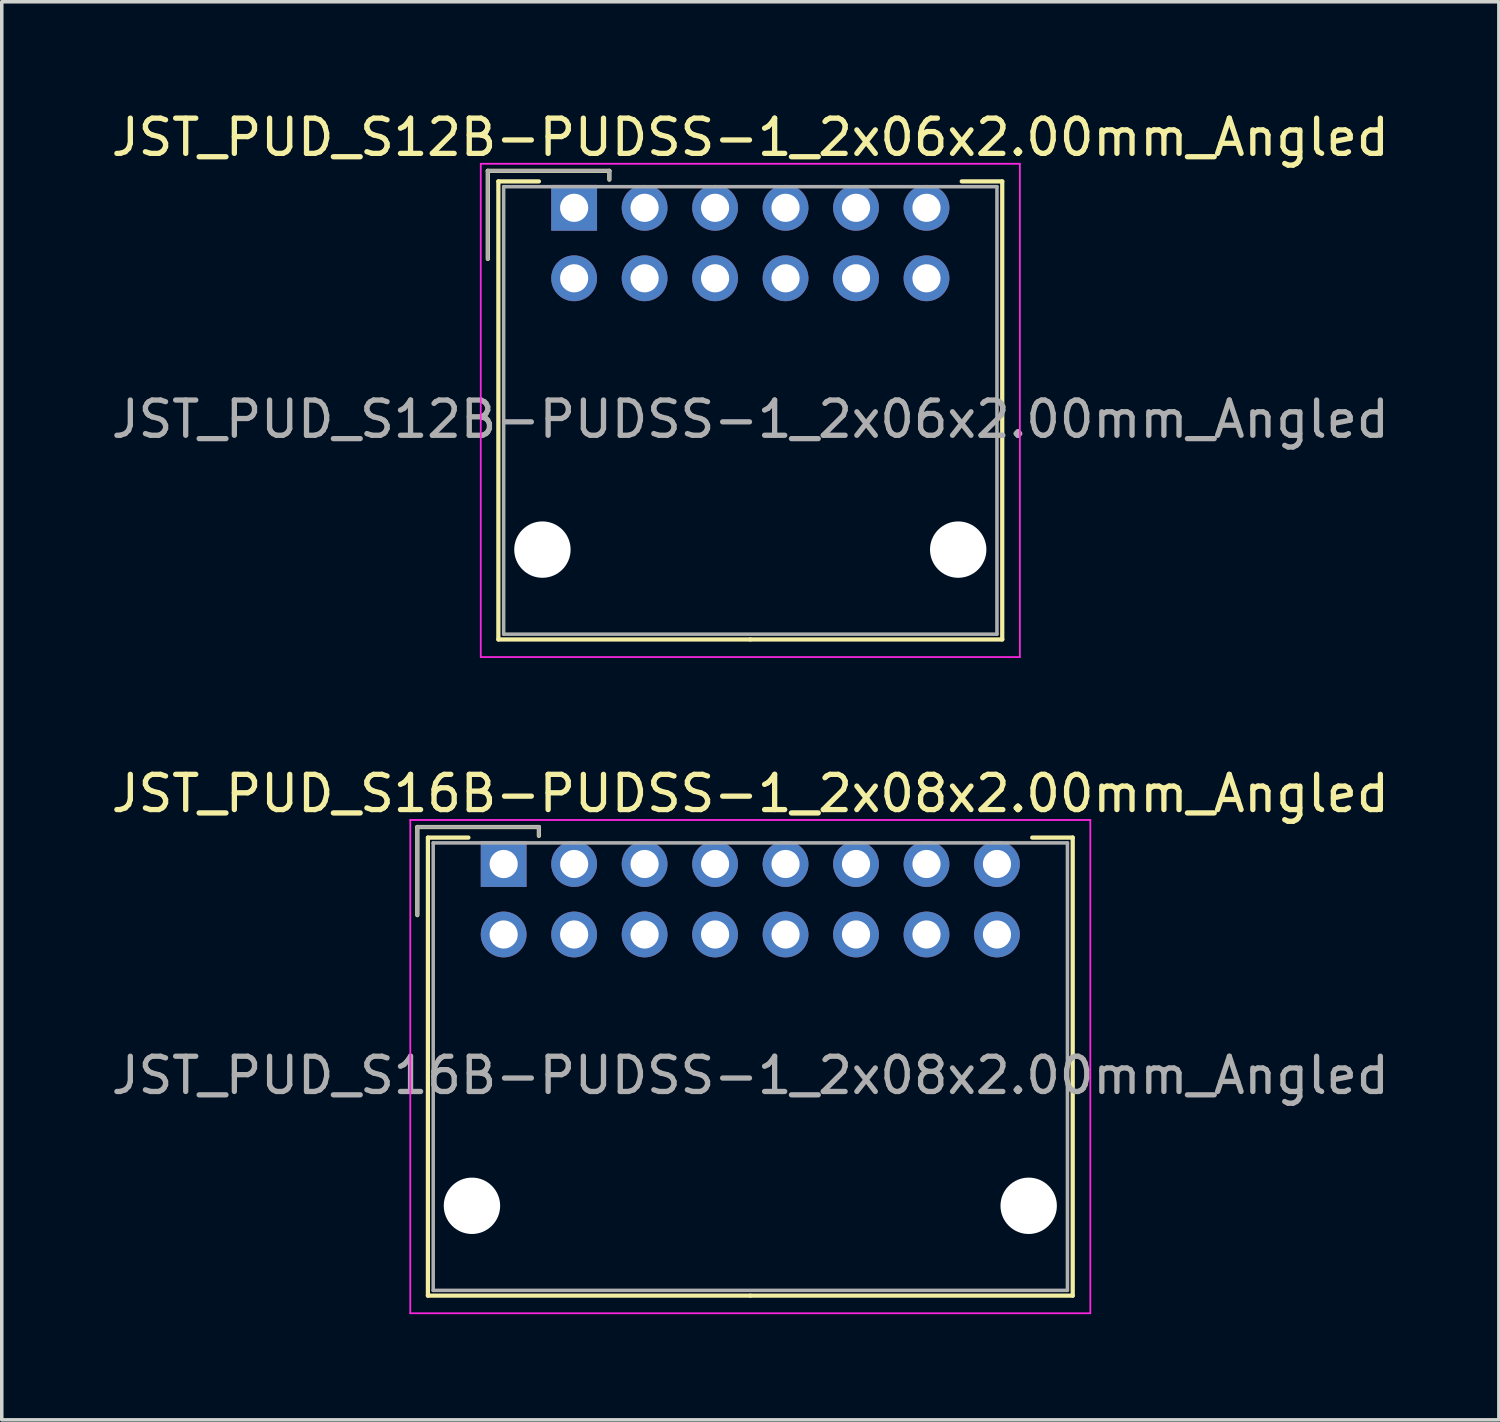
<source format=kicad_pcb>
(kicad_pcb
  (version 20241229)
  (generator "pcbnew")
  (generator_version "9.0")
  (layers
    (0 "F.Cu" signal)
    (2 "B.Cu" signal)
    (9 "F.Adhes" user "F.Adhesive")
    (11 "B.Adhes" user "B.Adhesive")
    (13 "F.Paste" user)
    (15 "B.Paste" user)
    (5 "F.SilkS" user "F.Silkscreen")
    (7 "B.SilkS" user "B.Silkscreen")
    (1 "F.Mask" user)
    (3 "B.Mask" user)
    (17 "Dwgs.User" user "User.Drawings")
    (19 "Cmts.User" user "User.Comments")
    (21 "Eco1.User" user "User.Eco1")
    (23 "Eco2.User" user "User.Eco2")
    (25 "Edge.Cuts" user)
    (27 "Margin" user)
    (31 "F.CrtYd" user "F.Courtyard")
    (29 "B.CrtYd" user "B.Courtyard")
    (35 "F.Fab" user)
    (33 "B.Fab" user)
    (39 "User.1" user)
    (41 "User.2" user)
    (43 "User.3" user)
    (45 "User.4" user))
  (footprint "JST_PUD_S12B-PUDSS-1_2x06x2.00mm_Angled"
    (layer "F.Cu")
    (at 13.244 2.848)
    (property "Reference" "JST_PUD_S12B-PUDSS-1_2x06x2.00mm_Angled" (at 5 -2 0) (layer "F.SilkS") (effects (font (size 1 1) (thickness 0.15))))
    (attr through_hole)
    (fp_line (start -2.45 -1.05) (end -2.45 1.45) (stroke (width 0.12) (type solid)) (layer "F.SilkS"))
    (fp_line (start -2.15 -0.75) (end -2.15 12.25) (stroke (width 0.12) (type solid)) (layer "F.SilkS"))
    (fp_line (start -2.15 12.25) (end 5 12.25) (stroke (width 0.12) (type solid)) (layer "F.SilkS"))
    (fp_line (start -1 -0.75) (end -2.15 -0.75) (stroke (width 0.12) (type solid)) (layer "F.SilkS"))
    (fp_line (start 1 -1.05) (end -2.45 -1.05) (stroke (width 0.12) (type solid)) (layer "F.SilkS"))
    (fp_line (start 1 -0.8) (end 1 -1.05) (stroke (width 0.12) (type solid)) (layer "F.SilkS"))
    (fp_line (start 11 -0.75) (end 12.15 -0.75) (stroke (width 0.12) (type solid)) (layer "F.SilkS"))
    (fp_line (start 12.15 -0.75) (end 12.15 12.25) (stroke (width 0.12) (type solid)) (layer "F.SilkS"))
    (fp_line (start 12.15 12.25) (end 5 12.25) (stroke (width 0.12) (type solid)) (layer "F.SilkS"))
    (fp_line (start -2.65 -1.25) (end -2.65 12.75) (stroke (width 0.05) (type solid)) (layer "F.CrtYd"))
    (fp_line (start -2.65 12.75) (end 12.65 12.75) (stroke (width 0.05) (type solid)) (layer "F.CrtYd"))
    (fp_line (start 12.65 -1.25) (end -2.65 -1.25) (stroke (width 0.05) (type solid)) (layer "F.CrtYd"))
    (fp_line (start 12.65 12.75) (end 12.65 -1.25) (stroke (width 0.05) (type solid)) (layer "F.CrtYd"))
    (fp_line (start -2.45 -1.05) (end -2.45 1.45) (stroke (width 0.1) (type solid)) (layer "F.Fab"))
    (fp_line (start -2 -0.6) (end -2 12.1) (stroke (width 0.1) (type solid)) (layer "F.Fab"))
    (fp_line (start -2 12.1) (end 12 12.1) (stroke (width 0.1) (type solid)) (layer "F.Fab"))
    (fp_line (start 1 -1.05) (end -2.45 -1.05) (stroke (width 0.1) (type solid)) (layer "F.Fab"))
    (fp_line (start 1 -0.8) (end 1 -1.05) (stroke (width 0.1) (type solid)) (layer "F.Fab"))
    (fp_line (start 12 -0.6) (end -2 -0.6) (stroke (width 0.1) (type solid)) (layer "F.Fab"))
    (fp_line (start 12 12.1) (end 12 -0.6) (stroke (width 0.1) (type solid)) (layer "F.Fab"))
    (fp_text user "${REFERENCE}" (at 5 6 0) (layer "F.Fab") (effects (font (size 1 1) (thickness 0.15))))
    (pad "" np_thru_hole circle (at -0.9 9.7) (size 1.6 1.6) (drill 1.6) (layers "*.Cu"))
    (pad "" np_thru_hole circle (at 10.9 9.7) (size 1.6 1.6) (drill 1.6) (layers "*.Cu"))
    (pad "1" thru_hole rect (at 0 0) (size 1.3 1.3) (drill 0.8) (layers "*.Cu" "*.Mask"))
    (pad "2" thru_hole circle (at 0 2) (size 1.3 1.3) (drill 0.8) (layers "*.Cu" "*.Mask"))
    (pad "3" thru_hole circle (at 2 0) (size 1.3 1.3) (drill 0.8) (layers "*.Cu" "*.Mask"))
    (pad "4" thru_hole circle (at 2 2) (size 1.3 1.3) (drill 0.8) (layers "*.Cu" "*.Mask"))
    (pad "5" thru_hole circle (at 4 0) (size 1.3 1.3) (drill 0.8) (layers "*.Cu" "*.Mask"))
    (pad "6" thru_hole circle (at 4 2) (size 1.3 1.3) (drill 0.8) (layers "*.Cu" "*.Mask"))
    (pad "7" thru_hole circle (at 6 0) (size 1.3 1.3) (drill 0.8) (layers "*.Cu" "*.Mask"))
    (pad "8" thru_hole circle (at 6 2) (size 1.3 1.3) (drill 0.8) (layers "*.Cu" "*.Mask"))
    (pad "9" thru_hole circle (at 8 0) (size 1.3 1.3) (drill 0.8) (layers "*.Cu" "*.Mask"))
    (pad "10" thru_hole circle (at 8 2) (size 1.3 1.3) (drill 0.8) (layers "*.Cu" "*.Mask"))
    (pad "11" thru_hole circle (at 10 0) (size 1.3 1.3) (drill 0.8) (layers "*.Cu" "*.Mask"))
    (pad "12" thru_hole circle (at 10 2) (size 1.3 1.3) (drill 0.8) (layers "*.Cu" "*.Mask")))
  (footprint "JST_PUD_S16B-PUDSS-1_2x08x2.00mm_Angled"
    (layer "F.Cu")
    (at 11.244 21.471)
    (property "Reference" "JST_PUD_S16B-PUDSS-1_2x08x2.00mm_Angled" (at 7 -2 0) (layer "F.SilkS") (effects (font (size 1 1) (thickness 0.15))))
    (attr through_hole)
    (fp_line (start -2.45 -1.05) (end -2.45 1.45) (stroke (width 0.12) (type solid)) (layer "F.SilkS"))
    (fp_line (start -2.15 -0.75) (end -2.15 12.25) (stroke (width 0.12) (type solid)) (layer "F.SilkS"))
    (fp_line (start -2.15 12.25) (end 7 12.25) (stroke (width 0.12) (type solid)) (layer "F.SilkS"))
    (fp_line (start -1 -0.75) (end -2.15 -0.75) (stroke (width 0.12) (type solid)) (layer "F.SilkS"))
    (fp_line (start 1 -1.05) (end -2.45 -1.05) (stroke (width 0.12) (type solid)) (layer "F.SilkS"))
    (fp_line (start 1 -0.8) (end 1 -1.05) (stroke (width 0.12) (type solid)) (layer "F.SilkS"))
    (fp_line (start 15 -0.75) (end 16.15 -0.75) (stroke (width 0.12) (type solid)) (layer "F.SilkS"))
    (fp_line (start 16.15 -0.75) (end 16.15 12.25) (stroke (width 0.12) (type solid)) (layer "F.SilkS"))
    (fp_line (start 16.15 12.25) (end 7 12.25) (stroke (width 0.12) (type solid)) (layer "F.SilkS"))
    (fp_line (start -2.65 -1.25) (end -2.65 12.75) (stroke (width 0.05) (type solid)) (layer "F.CrtYd"))
    (fp_line (start -2.65 12.75) (end 16.65 12.75) (stroke (width 0.05) (type solid)) (layer "F.CrtYd"))
    (fp_line (start 16.65 -1.25) (end -2.65 -1.25) (stroke (width 0.05) (type solid)) (layer "F.CrtYd"))
    (fp_line (start 16.65 12.75) (end 16.65 -1.25) (stroke (width 0.05) (type solid)) (layer "F.CrtYd"))
    (fp_line (start -2.45 -1.05) (end -2.45 1.45) (stroke (width 0.1) (type solid)) (layer "F.Fab"))
    (fp_line (start -2 -0.6) (end -2 12.1) (stroke (width 0.1) (type solid)) (layer "F.Fab"))
    (fp_line (start -2 12.1) (end 16 12.1) (stroke (width 0.1) (type solid)) (layer "F.Fab"))
    (fp_line (start 1 -1.05) (end -2.45 -1.05) (stroke (width 0.1) (type solid)) (layer "F.Fab"))
    (fp_line (start 1 -0.8) (end 1 -1.05) (stroke (width 0.1) (type solid)) (layer "F.Fab"))
    (fp_line (start 16 -0.6) (end -2 -0.6) (stroke (width 0.1) (type solid)) (layer "F.Fab"))
    (fp_line (start 16 12.1) (end 16 -0.6) (stroke (width 0.1) (type solid)) (layer "F.Fab"))
    (fp_text user "${REFERENCE}" (at 7 6 0) (layer "F.Fab") (effects (font (size 1 1) (thickness 0.15))))
    (pad "" np_thru_hole circle (at -0.9 9.7) (size 1.6 1.6) (drill 1.6) (layers "*.Cu"))
    (pad "" np_thru_hole circle (at 14.9 9.7) (size 1.6 1.6) (drill 1.6) (layers "*.Cu"))
    (pad "1" thru_hole rect (at 0 0) (size 1.3 1.3) (drill 0.8) (layers "*.Cu" "*.Mask"))
    (pad "2" thru_hole circle (at 0 2) (size 1.3 1.3) (drill 0.8) (layers "*.Cu" "*.Mask"))
    (pad "3" thru_hole circle (at 2 0) (size 1.3 1.3) (drill 0.8) (layers "*.Cu" "*.Mask"))
    (pad "4" thru_hole circle (at 2 2) (size 1.3 1.3) (drill 0.8) (layers "*.Cu" "*.Mask"))
    (pad "5" thru_hole circle (at 4 0) (size 1.3 1.3) (drill 0.8) (layers "*.Cu" "*.Mask"))
    (pad "6" thru_hole circle (at 4 2) (size 1.3 1.3) (drill 0.8) (layers "*.Cu" "*.Mask"))
    (pad "7" thru_hole circle (at 6 0) (size 1.3 1.3) (drill 0.8) (layers "*.Cu" "*.Mask"))
    (pad "8" thru_hole circle (at 6 2) (size 1.3 1.3) (drill 0.8) (layers "*.Cu" "*.Mask"))
    (pad "9" thru_hole circle (at 8 0) (size 1.3 1.3) (drill 0.8) (layers "*.Cu" "*.Mask"))
    (pad "10" thru_hole circle (at 8 2) (size 1.3 1.3) (drill 0.8) (layers "*.Cu" "*.Mask"))
    (pad "11" thru_hole circle (at 10 0) (size 1.3 1.3) (drill 0.8) (layers "*.Cu" "*.Mask"))
    (pad "12" thru_hole circle (at 10 2) (size 1.3 1.3) (drill 0.8) (layers "*.Cu" "*.Mask"))
    (pad "13" thru_hole circle (at 12 0) (size 1.3 1.3) (drill 0.8) (layers "*.Cu" "*.Mask"))
    (pad "14" thru_hole circle (at 12 2) (size 1.3 1.3) (drill 0.8) (layers "*.Cu" "*.Mask"))
    (pad "15" thru_hole circle (at 14 0) (size 1.3 1.3) (drill 0.8) (layers "*.Cu" "*.Mask"))
    (pad "16" thru_hole circle (at 14 2) (size 1.3 1.3) (drill 0.8) (layers "*.Cu" "*.Mask")))
  (gr_rect
    (start -3 -3)
    (end 39.488 37.246)
    (stroke (width 0.1) (type default))
    (fill no)
    (layer "Edge.Cuts")))
</source>
